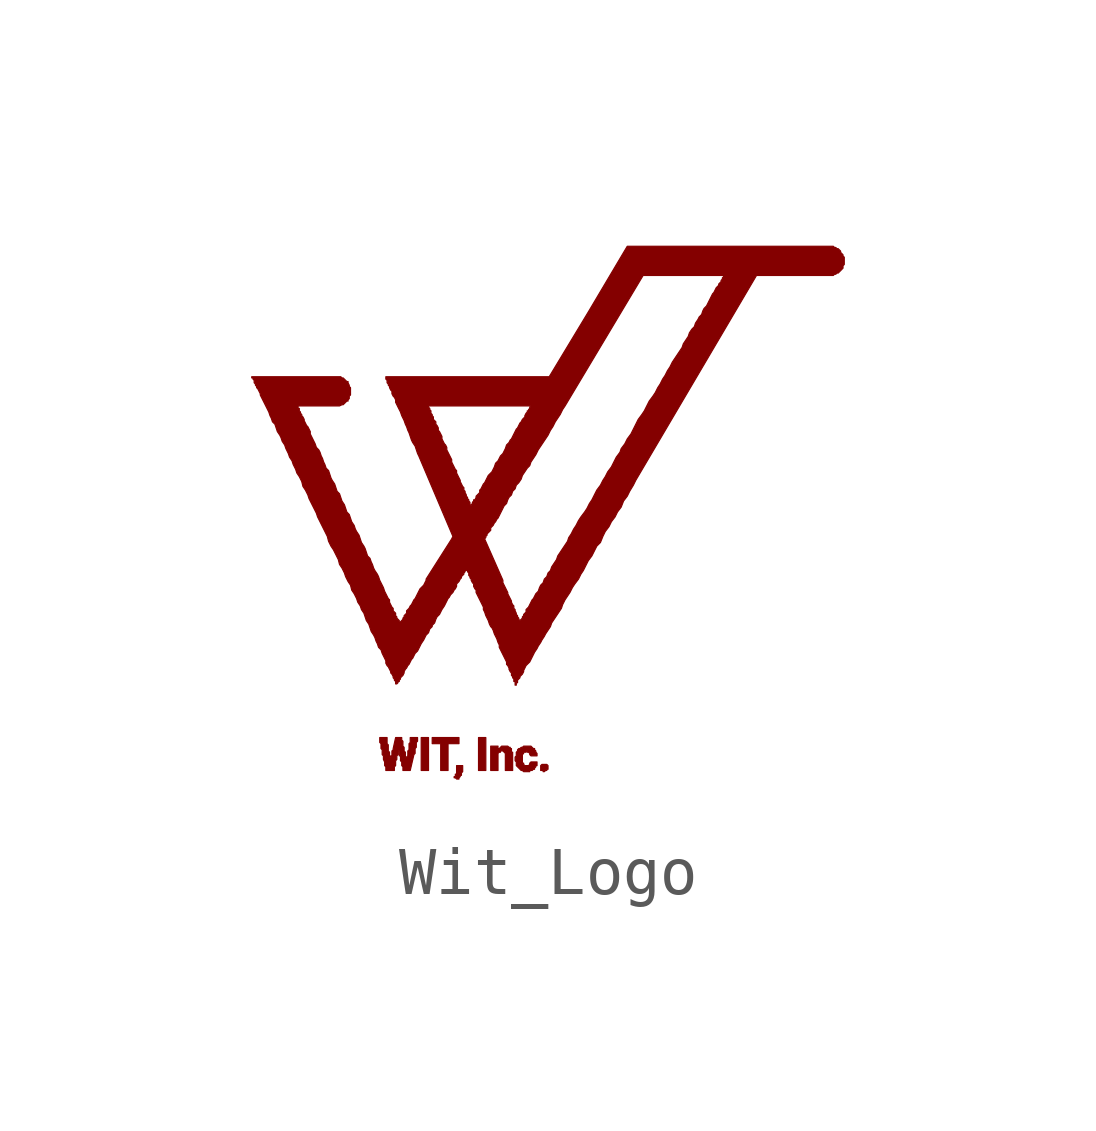
<source format=kicad_sym>
(kicad_symbol_lib
  (version 20231120)
  (generator "kicad_symbol_editor")
  (generator_version "8.0")
  (symbol "Wit_Logo"
    (pin_names
      (offset 1.016))
    (property "Reference" "#G"
      (at 0 -7.722 0)
      (effects (font (size 1.524 1.524)) (hide yes)))
    (symbol "Wit_Logo_0_0"
      (polyline (pts (xy -0.737 -4.572) (xy -0.889 -4.572) (xy -0.889 -5.258) (xy -0.737 -5.258) (xy -0.737 -4.572)) (stroke (width 0.025) (type default)) (fill (type outline)))
      (polyline (pts (xy 0.457 -4.572) (xy 0.305 -4.572) (xy 0.305 -5.258) (xy 0.457 -5.258) (xy 0.457 -4.572)) (stroke (width 0.025) (type default)) (fill (type outline)))
      (polyline (pts (xy -0.33 -4.699) (xy -0.102 -4.699) (xy -0.102 -4.572) (xy -0.66 -4.572) (xy -0.66 -4.699) (xy -0.483 -4.699) (xy -0.483 -5.258) (xy -0.33 -5.258) (xy -0.33 -4.699)) (stroke (width 0.025) (type default)) (fill (type outline)))
      (polyline (pts (xy 1.702 -5.258) (xy 1.727 -5.258) (xy 1.727 -5.232) (xy 1.753 -5.232) (xy 1.753 -5.156) (xy 1.727 -5.131) (xy 1.626 -5.131) (xy 1.6 -5.156) (xy 1.6 -5.258) (xy 1.651 -5.258) (xy 1.651 -5.283) (xy 1.676 -5.283) (xy 1.702 -5.258)) (stroke (width 0.025) (type default)) (fill (type outline)))
      (polyline (pts (xy -0.102 -5.41) (xy -0.076 -5.385) (xy -0.076 -5.359) (xy -0.051 -5.359) (xy -0.051 -5.309) (xy -0.025 -5.283) (xy -0.025 -5.156) (xy -0.152 -5.156) (xy -0.152 -5.334) (xy -0.178 -5.334) (xy -0.178 -5.385) (xy -0.203 -5.385) (xy -0.203 -5.41) (xy -0.178 -5.41) (xy -0.152 -5.436) (xy -0.102 -5.436) (xy -0.102 -5.41)) (stroke (width 0.025) (type default)) (fill (type outline)))
      (polyline (pts (xy 0.711 -4.902) (xy 0.737 -4.877) (xy 0.762 -4.877) (xy 0.762 -4.851) (xy 0.813 -4.851) (xy 0.864 -4.902) (xy 0.864 -5.258) (xy 1.016 -5.258) (xy 1.016 -4.877) (xy 0.991 -4.877) (xy 0.991 -4.801) (xy 0.965 -4.801) (xy 0.965 -4.775) (xy 0.94 -4.775) (xy 0.914 -4.75) (xy 0.787 -4.75) (xy 0.737 -4.801) (xy 0.711 -4.801) (xy 0.711 -4.75) (xy 0.559 -4.75) (xy 0.559 -5.258) (xy 0.711 -5.258) (xy 0.711 -4.902)) (stroke (width 0.025) (type default)) (fill (type outline)))
      (polyline (pts (xy 1.372 -5.258) (xy 1.422 -5.258) (xy 1.448 -5.232) (xy 1.473 -5.232) (xy 1.473 -5.207) (xy 1.499 -5.182) (xy 1.499 -5.156) (xy 1.524 -5.156) (xy 1.524 -5.08) (xy 1.397 -5.08) (xy 1.372 -5.105) (xy 1.372 -5.131) (xy 1.346 -5.156) (xy 1.27 -5.156) (xy 1.245 -5.131) (xy 1.245 -5.105) (xy 1.219 -5.105) (xy 1.219 -4.928) (xy 1.245 -4.902) (xy 1.245 -4.877) (xy 1.295 -4.877) (xy 1.295 -4.851) (xy 1.321 -4.851) (xy 1.321 -4.877) (xy 1.346 -4.877) (xy 1.372 -4.902) (xy 1.372 -4.928) (xy 1.397 -4.953) (xy 1.524 -4.953) (xy 1.524 -4.902) (xy 1.499 -4.877) (xy 1.499 -4.851) (xy 1.473 -4.826) (xy 1.473 -4.801) (xy 1.448 -4.801) (xy 1.397 -4.75) (xy 1.245 -4.75) (xy 1.219 -4.775) (xy 1.194 -4.775) (xy 1.168 -4.801) (xy 1.143 -4.801) (xy 1.118 -4.826) (xy 1.118 -4.851) (xy 1.092 -4.877) (xy 1.092 -4.953) (xy 1.067 -4.978) (xy 1.067 -5.055) (xy 1.092 -5.08) (xy 1.092 -5.156) (xy 1.194 -5.258) (xy 1.219 -5.258) (xy 1.245 -5.283) (xy 1.372 -5.283) (xy 1.372 -5.258)) (stroke (width 0.025) (type default)) (fill (type outline)))
      (polyline (pts (xy -1.448 -5.182) (xy -1.422 -5.156) (xy -1.422 -5.055) (xy -1.397 -5.029) (xy -1.397 -4.953) (xy -1.372 -4.928) (xy -1.372 -4.851) (xy -1.346 -4.851) (xy -1.346 -4.953) (xy -1.321 -4.953) (xy -1.321 -5.055) (xy -1.295 -5.08) (xy -1.295 -5.156) (xy -1.27 -5.182) (xy -1.27 -5.258) (xy -1.118 -5.258) (xy -1.041 -4.928) (xy -1.016 -4.902) (xy -1.016 -4.801) (xy -0.991 -4.775) (xy -0.991 -4.674) (xy -0.965 -4.648) (xy -0.965 -4.572) (xy -1.118 -4.572) (xy -1.118 -4.674) (xy -1.143 -4.699) (xy -1.143 -4.826) (xy -1.168 -4.851) (xy -1.168 -4.953) (xy -1.194 -4.978) (xy -1.219 -4.978) (xy -1.219 -4.877) (xy -1.245 -4.851) (xy -1.245 -4.775) (xy -1.27 -4.75) (xy -1.27 -4.648) (xy -1.295 -4.623) (xy -1.295 -4.572) (xy -1.422 -4.572) (xy -1.473 -4.801) (xy -1.473 -4.826) (xy -1.499 -4.851) (xy -1.499 -4.953) (xy -1.524 -4.953) (xy -1.524 -4.978) (xy -1.549 -4.978) (xy -1.549 -4.877) (xy -1.575 -4.851) (xy -1.575 -4.724) (xy -1.6 -4.699) (xy -1.6 -4.572) (xy -1.753 -4.572) (xy -1.753 -4.674) (xy -1.727 -4.699) (xy -1.727 -4.801) (xy -1.702 -4.826) (xy -1.702 -4.928) (xy -1.676 -4.953) (xy -1.676 -5.029) (xy -1.651 -5.08) (xy -1.651 -5.156) (xy -1.626 -5.182) (xy -1.626 -5.258) (xy -1.448 -5.258) (xy -1.448 -5.182)) (stroke (width 0.025) (type default)) (fill (type outline)))
      (polyline (pts (xy 1.092 -3.429) (xy 1.118 -3.429) (xy 1.118 -3.378) (xy 1.168 -3.327) (xy 1.168 -3.302) (xy 1.219 -3.251) (xy 1.245 -3.2) (xy 1.245 -3.175) (xy 1.295 -3.073) (xy 1.372 -2.997) (xy 1.473 -2.794) (xy 1.524 -2.718) (xy 1.549 -2.667) (xy 1.6 -2.591) (xy 1.626 -2.54) (xy 1.676 -2.464) (xy 1.702 -2.413) (xy 1.803 -2.261) (xy 1.829 -2.184) (xy 2.032 -1.88) (xy 2.057 -1.803) (xy 2.108 -1.702) (xy 2.21 -1.549) (xy 2.261 -1.448) (xy 2.311 -1.372) (xy 2.388 -1.27) (xy 2.438 -1.168) (xy 2.489 -1.092) (xy 2.591 -0.889) (xy 2.667 -0.787) (xy 2.769 -0.584) (xy 2.845 -0.508) (xy 2.896 -0.381) (xy 2.946 -0.279) (xy 3.023 -0.178) (xy 3.073 -0.076) (xy 3.15 0.025) (xy 3.2 0.127) (xy 3.277 0.229) (xy 3.327 0.356) (xy 3.404 0.457) (xy 3.454 0.559) (xy 3.531 0.686) (xy 3.581 0.787) (xy 6.096 5.055) (xy 7.696 5.055) (xy 7.722 5.08) (xy 7.747 5.08) (xy 7.772 5.105) (xy 7.798 5.105) (xy 7.899 5.207) (xy 7.899 5.258) (xy 7.925 5.283) (xy 7.925 5.436) (xy 7.899 5.461) (xy 7.899 5.486) (xy 7.849 5.537) (xy 7.849 5.563) (xy 7.798 5.613) (xy 7.772 5.613) (xy 7.747 5.639) (xy 7.722 5.639) (xy 7.696 5.664) (xy 3.404 5.664) (xy 2.591 4.293) (xy 1.778 2.946) (xy -1.626 2.946) (xy -1.626 2.896) (xy -1.6 2.87) (xy -1.6 2.819) (xy -1.575 2.794) (xy -1.575 2.769) (xy -1.549 2.743) (xy -1.549 2.718) (xy -1.524 2.667) (xy -1.499 2.642) (xy -1.499 2.591) (xy -1.473 2.54) (xy -1.448 2.515) (xy -1.422 2.464) (xy -1.422 2.413) (xy -1.372 2.311) (xy -0.737 2.311) (xy -0.737 2.337) (xy 1.397 2.337) (xy 1.397 2.311) (xy 1.372 2.311) (xy 1.372 2.286) (xy 1.346 2.261) (xy 1.346 2.235) (xy 1.321 2.235) (xy 1.321 2.21) (xy 1.295 2.184) (xy 1.27 2.134) (xy 1.27 2.108) (xy 1.219 2.057) (xy 1.194 2.007) (xy 1.168 1.981) (xy 1.118 1.88) (xy 1.092 1.854) (xy 0.991 1.651) (xy 0.965 1.626) (xy 0.94 1.575) (xy 0.889 1.524) (xy 0.864 1.448) (xy 0.813 1.346) (xy 0.762 1.295) (xy 0.711 1.194) (xy 0.66 1.143) (xy 0.635 1.067) (xy 0.584 0.965) (xy 0.508 0.889) (xy 0.432 0.737) (xy 0.406 0.711) (xy 0.356 0.61) (xy 0.33 0.584) (xy 0.33 0.533) (xy 0.254 0.457) (xy 0.254 0.432) (xy 0.229 0.381) (xy 0.203 0.381) (xy 0.203 0.356) (xy 0.178 0.33) (xy 0.178 0.305) (xy 0.152 0.279) (xy 0.152 0.254) (xy 0.127 0.279) (xy 0.127 0.33) (xy 0.102 0.356) (xy 0.102 0.381) (xy 0.076 0.406) (xy 0.076 0.432) (xy 0.051 0.457) (xy 0.051 0.483) (xy 0.025 0.533) (xy 0.025 0.559) (xy 0 0.584) (xy 0 0.635) (xy -0.025 0.66) (xy -0.076 0.762) (xy -0.076 0.787) (xy -0.152 0.94) (xy -0.152 0.991) (xy -0.178 1.016) (xy -0.254 1.168) (xy -0.254 1.219) (xy -0.356 1.422) (xy -0.356 1.473) (xy -0.381 1.524) (xy -0.406 1.549) (xy -0.457 1.651) (xy -0.457 1.702) (xy -0.508 1.803) (xy -0.533 1.829) (xy -0.533 1.88) (xy -0.559 1.93) (xy -0.584 1.956) (xy -0.584 2.007) (xy -0.635 2.057) (xy -0.635 2.108) (xy -0.66 2.134) (xy -0.66 2.159) (xy -0.686 2.184) (xy -0.686 2.235) (xy -0.711 2.261) (xy -0.711 2.286) (xy -0.737 2.311) (xy -1.372 2.311) (xy -1.321 2.21) (xy -1.295 2.134) (xy -1.245 2.032) (xy -1.219 1.956) (xy -1.194 1.905) (xy -1.168 1.829) (xy -1.143 1.778) (xy -1.092 1.626) (xy -1.067 1.575) (xy -1.016 1.499) (xy -0.965 1.346) (xy -0.94 1.295) (xy -0.229 -0.381) (xy -0.254 -0.432) (xy 0.432 -0.432) (xy 0.457 -0.406) (xy 0.457 -0.381) (xy 0.483 -0.356) (xy 0.483 -0.33) (xy 0.559 -0.254) (xy 0.559 -0.203) (xy 0.61 -0.152) (xy 0.635 -0.102) (xy 0.66 -0.076) (xy 0.686 -0.025) (xy 0.711 0) (xy 0.838 0.254) (xy 0.889 0.305) (xy 0.914 0.381) (xy 0.94 0.432) (xy 0.991 0.483) (xy 1.016 0.559) (xy 1.067 0.61) (xy 1.092 0.686) (xy 1.143 0.737) (xy 1.194 0.813) (xy 1.219 0.889) (xy 1.321 1.041) (xy 1.372 1.092) (xy 1.397 1.168) (xy 1.499 1.321) (xy 1.549 1.422) (xy 1.753 1.727) (xy 1.803 1.829) (xy 1.854 1.905) (xy 1.905 2.007) (xy 2.007 2.159) (xy 2.057 2.261) (xy 2.108 2.337) (xy 3.734 5.055) (xy 5.41 5.055) (xy 5.41 5.029) (xy 5.385 5.004) (xy 5.385 4.978) (xy 5.359 4.953) (xy 5.359 4.928) (xy 5.309 4.877) (xy 5.309 4.851) (xy 5.258 4.801) (xy 5.207 4.699) (xy 5.182 4.674) (xy 5.055 4.42) (xy 5.004 4.369) (xy 4.978 4.318) (xy 4.953 4.242) (xy 4.902 4.191) (xy 4.877 4.14) (xy 4.826 4.064) (xy 4.801 3.988) (xy 4.75 3.937) (xy 4.699 3.861) (xy 4.674 3.785) (xy 4.572 3.632) (xy 4.547 3.556) (xy 4.343 3.251) (xy 4.293 3.15) (xy 4.242 3.073) (xy 4.191 2.972) (xy 4.14 2.896) (xy 4.089 2.794) (xy 4.039 2.718) (xy 3.988 2.616) (xy 3.937 2.54) (xy 3.861 2.438) (xy 3.759 2.235) (xy 3.708 2.159) (xy 3.632 2.057) (xy 3.48 1.753) (xy 3.404 1.651) (xy 3.353 1.549) (xy 3.277 1.448) (xy 3.251 1.372) (xy 3.175 1.27) (xy 3.073 1.067) (xy 2.997 0.965) (xy 2.946 0.864) (xy 2.896 0.787) (xy 2.845 0.686) (xy 2.769 0.584) (xy 2.667 0.381) (xy 2.616 0.305) (xy 2.565 0.203) (xy 2.515 0.127) (xy 2.438 0.025) (xy 2.388 -0.051) (xy 2.337 -0.152) (xy 2.286 -0.229) (xy 2.235 -0.33) (xy 2.184 -0.406) (xy 2.159 -0.483) (xy 1.956 -0.787) (xy 1.93 -0.864) (xy 1.829 -1.016) (xy 1.803 -1.092) (xy 1.753 -1.143) (xy 1.727 -1.219) (xy 1.676 -1.27) (xy 1.651 -1.346) (xy 1.6 -1.397) (xy 1.575 -1.448) (xy 1.549 -1.524) (xy 1.499 -1.575) (xy 1.448 -1.676) (xy 1.422 -1.702) (xy 1.346 -1.854) (xy 1.295 -1.905) (xy 1.295 -1.956) (xy 1.245 -2.007) (xy 1.245 -2.032) (xy 1.219 -2.057) (xy 1.219 -2.083) (xy 1.168 -2.134) (xy 1.143 -2.108) (xy 1.143 -2.083) (xy 1.118 -2.057) (xy 1.118 -2.032) (xy 1.092 -2.007) (xy 1.092 -1.981) (xy 1.067 -1.93) (xy 1.067 -1.905) (xy 1.041 -1.88) (xy 1.041 -1.829) (xy 1.016 -1.803) (xy 0.991 -1.753) (xy 0.991 -1.727) (xy 0.914 -1.575) (xy 0.914 -1.549) (xy 0.813 -1.346) (xy 0.813 -1.295) (xy 0.432 -0.432) (xy -0.254 -0.432) (xy -0.787 -1.27) (xy -0.787 -1.295) (xy -0.838 -1.397) (xy -0.914 -1.473) (xy -1.016 -1.676) (xy -1.041 -1.702) (xy -1.092 -1.803) (xy -1.118 -1.829) (xy -1.143 -1.88) (xy -1.194 -1.93) (xy -1.194 -1.981) (xy -1.245 -2.032) (xy -1.245 -2.057) (xy -1.27 -2.083) (xy -1.27 -2.108) (xy -1.321 -2.159) (xy -1.321 -2.184) (xy -1.346 -2.184) (xy -1.346 -2.134) (xy -1.397 -2.083) (xy -1.397 -2.057) (xy -1.422 -2.032) (xy -1.422 -1.981) (xy -1.473 -1.93) (xy -1.473 -1.88) (xy -1.499 -1.854) (xy -1.549 -1.753) (xy -1.549 -1.702) (xy -1.575 -1.676) (xy -1.651 -1.524) (xy -1.676 -1.448) (xy -1.753 -1.295) (xy -1.778 -1.219) (xy -1.803 -1.168) (xy -1.854 -1.092) (xy -1.88 -1.041) (xy -1.905 -0.965) (xy -1.93 -0.914) (xy -1.956 -0.838) (xy -2.007 -0.787) (xy -2.057 -0.635) (xy -2.083 -0.584) (xy -2.134 -0.508) (xy -2.184 -0.356) (xy -2.235 -0.279) (xy -2.261 -0.229) (xy -2.286 -0.152) (xy -2.337 -0.076) (xy -2.388 0.076) (xy -2.438 0.127) (xy -2.489 0.279) (xy -2.54 0.356) (xy -2.591 0.508) (xy -2.642 0.559) (xy -2.692 0.711) (xy -2.743 0.787) (xy -2.769 0.838) (xy -2.819 0.991) (xy -2.87 1.041) (xy -2.896 1.118) (xy -2.921 1.168) (xy -2.946 1.245) (xy -2.972 1.295) (xy -2.997 1.372) (xy -3.023 1.422) (xy -3.073 1.473) (xy -3.099 1.549) (xy -3.2 1.753) (xy -3.2 1.803) (xy -3.251 1.905) (xy -3.277 1.93) (xy -3.327 2.032) (xy -3.327 2.057) (xy -3.353 2.108) (xy -3.378 2.134) (xy -3.378 2.159) (xy -3.404 2.184) (xy -3.404 2.21) (xy -3.429 2.235) (xy -3.429 2.286) (xy -3.454 2.286) (xy -3.454 2.337) (xy -2.591 2.337) (xy -2.54 2.362) (xy -2.515 2.362) (xy -2.438 2.438) (xy -2.413 2.438) (xy -2.413 2.464) (xy -2.388 2.489) (xy -2.388 2.54) (xy -2.362 2.565) (xy -2.362 2.718) (xy -2.388 2.743) (xy -2.388 2.769) (xy -2.413 2.819) (xy -2.413 2.845) (xy -2.438 2.845) (xy -2.515 2.921) (xy -2.54 2.921) (xy -2.565 2.946) (xy -4.42 2.946) (xy -4.42 2.921) (xy -4.394 2.921) (xy -4.394 2.896) (xy -4.369 2.87) (xy -4.369 2.819) (xy -4.343 2.794) (xy -4.343 2.769) (xy -4.318 2.743) (xy -4.318 2.718) (xy -4.293 2.692) (xy -4.242 2.591) (xy -4.242 2.565) (xy -4.064 2.21) (xy -4.039 2.134) (xy -4.013 2.083) (xy -3.988 2.007) (xy -3.937 1.956) (xy -3.886 1.803) (xy -3.835 1.727) (xy -3.81 1.676) (xy -3.785 1.6) (xy -3.734 1.524) (xy -3.708 1.448) (xy -3.658 1.346) (xy -3.632 1.27) (xy -3.581 1.194) (xy -3.556 1.118) (xy -3.505 1.016) (xy -3.48 0.94) (xy -3.429 0.864) (xy -3.378 0.762) (xy -3.353 0.66) (xy -3.302 0.584) (xy -3.251 0.483) (xy -3.226 0.406) (xy -3.073 0.102) (xy -3.048 0.025) (xy -2.845 -0.381) (xy -2.819 -0.483) (xy -2.769 -0.584) (xy -2.718 -0.66) (xy -2.616 -0.864) (xy -2.591 -0.965) (xy -2.54 -1.041) (xy -2.489 -1.143) (xy -2.464 -1.219) (xy -2.413 -1.321) (xy -2.362 -1.397) (xy -2.337 -1.499) (xy -2.286 -1.575) (xy -2.235 -1.676) (xy -2.21 -1.753) (xy -2.159 -1.829) (xy -2.134 -1.905) (xy -2.083 -1.981) (xy -2.032 -2.134) (xy -1.981 -2.21) (xy -1.93 -2.362) (xy -1.88 -2.438) (xy -1.854 -2.489) (xy -1.829 -2.565) (xy -1.803 -2.616) (xy -1.778 -2.692) (xy -1.727 -2.743) (xy -1.702 -2.819) (xy -1.626 -2.972) (xy -1.626 -3.023) (xy -1.6 -3.073) (xy -1.575 -3.099) (xy -1.524 -3.2) (xy -1.524 -3.226) (xy -1.499 -3.251) (xy -1.473 -3.302) (xy -1.473 -3.327) (xy -1.448 -3.353) (xy -1.448 -3.378) (xy -1.422 -3.404) (xy -1.422 -3.454) (xy -1.397 -3.454) (xy -1.372 -3.429) (xy -1.372 -3.404) (xy -1.346 -3.404) (xy -1.346 -3.378) (xy -1.321 -3.353) (xy -1.321 -3.327) (xy -1.27 -3.277) (xy -1.245 -3.226) (xy -1.245 -3.2) (xy -1.219 -3.15) (xy -1.194 -3.124) (xy -1.168 -3.073) (xy -1.143 -3.048) (xy -1.092 -2.946) (xy -1.067 -2.921) (xy -1.016 -2.819) (xy -0.965 -2.769) (xy -0.889 -2.616) (xy -0.838 -2.54) (xy -0.787 -2.438) (xy -0.737 -2.388) (xy -0.711 -2.311) (xy -0.66 -2.261) (xy -0.66 -2.235) (xy -0.61 -2.184) (xy -0.584 -2.108) (xy -0.559 -2.057) (xy -0.508 -2.007) (xy -0.457 -1.905) (xy -0.406 -1.829) (xy -0.33 -1.676) (xy -0.305 -1.651) (xy -0.279 -1.6) (xy -0.229 -1.549) (xy -0.203 -1.499) (xy -0.178 -1.473) (xy -0.152 -1.422) (xy -0.152 -1.372) (xy -0.102 -1.321) (xy -0.076 -1.27) (xy -0.051 -1.245) (xy -0.051 -1.219) (xy 0 -1.168) (xy 0 -1.143) (xy 0.025 -1.118) (xy 0.025 -1.092) (xy 0.051 -1.092) (xy 0.051 -1.067) (xy 0.076 -1.067) (xy 0.076 -1.118) (xy 0.102 -1.143) (xy 0.102 -1.194) (xy 0.127 -1.219) (xy 0.127 -1.245) (xy 0.152 -1.27) (xy 0.152 -1.295) (xy 0.178 -1.346) (xy 0.203 -1.372) (xy 0.203 -1.422) (xy 0.229 -1.473) (xy 0.254 -1.499) (xy 0.254 -1.549) (xy 0.406 -1.854) (xy 0.406 -1.905) (xy 0.432 -1.956) (xy 0.457 -2.032) (xy 0.508 -2.134) (xy 0.533 -2.21) (xy 0.559 -2.261) (xy 0.584 -2.286) (xy 0.61 -2.337) (xy 0.635 -2.413) (xy 0.686 -2.515) (xy 0.711 -2.591) (xy 0.737 -2.642) (xy 0.737 -2.692) (xy 0.889 -2.997) (xy 0.889 -3.048) (xy 0.914 -3.073) (xy 0.94 -3.124) (xy 0.94 -3.15) (xy 0.965 -3.2) (xy 0.991 -3.226) (xy 0.991 -3.277) (xy 1.016 -3.302) (xy 1.016 -3.327) (xy 1.041 -3.353) (xy 1.041 -3.404) (xy 1.067 -3.404) (xy 1.067 -3.48) (xy 1.092 -3.48) (xy 1.092 -3.429)) (stroke (width 0.025) (type default)) (fill (type outline))))))
</source>
